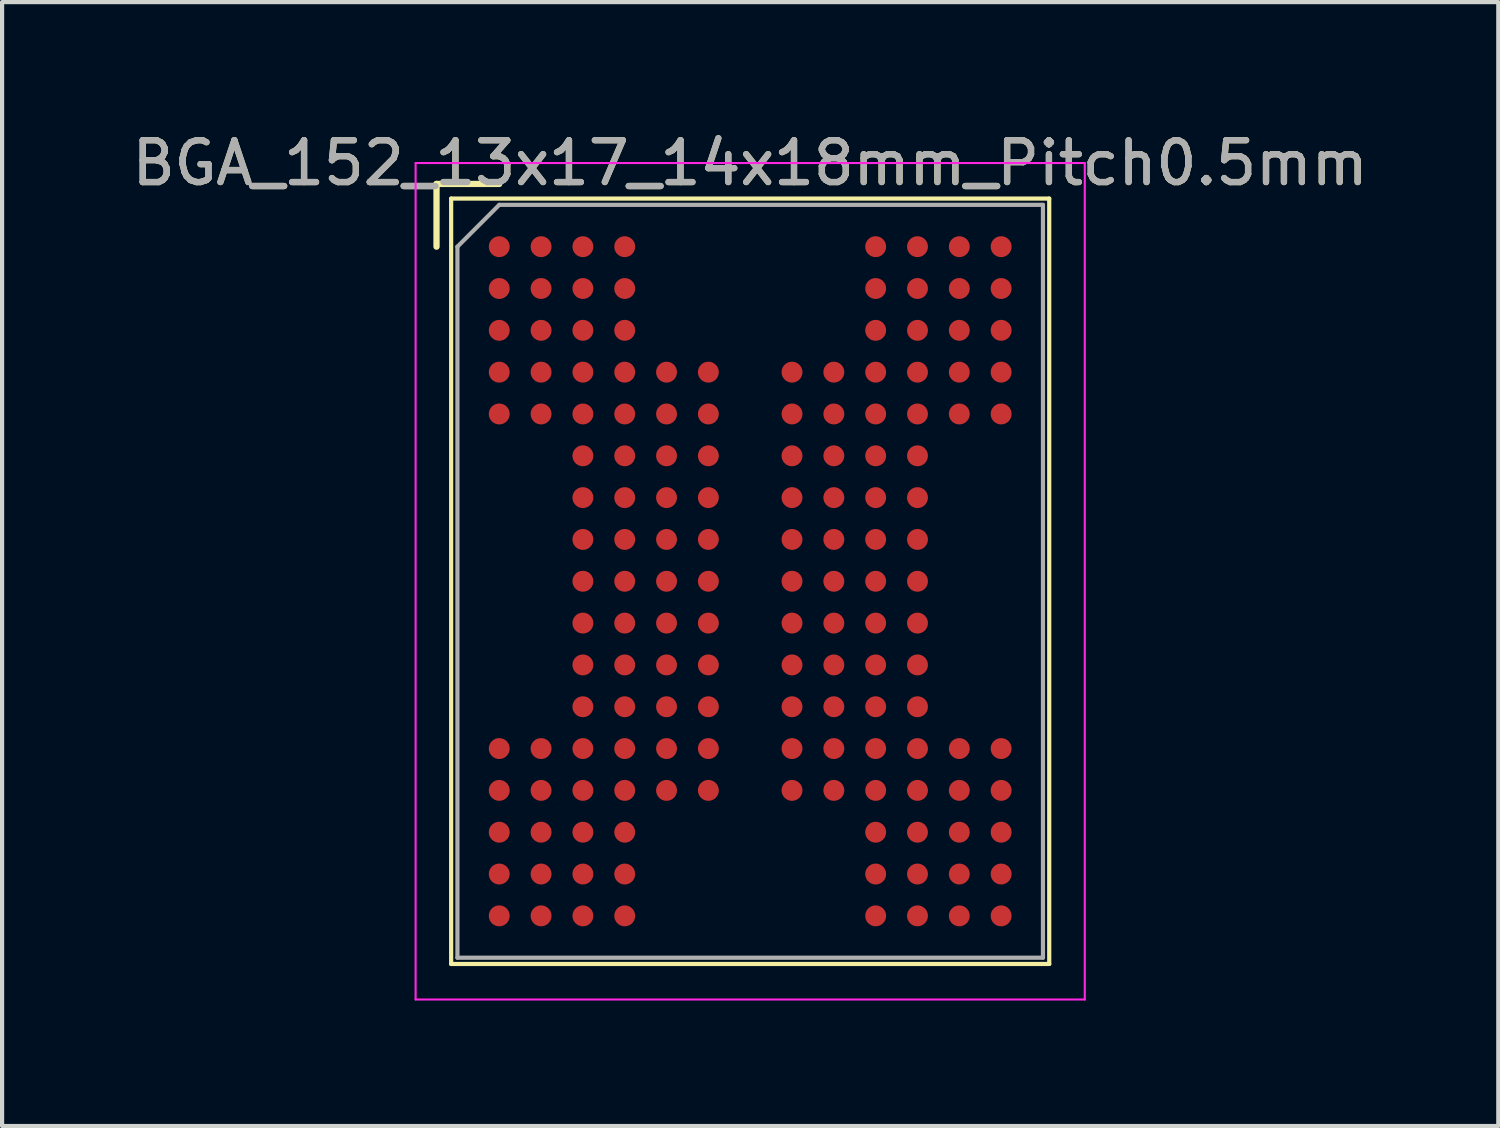
<source format=kicad_pcb>
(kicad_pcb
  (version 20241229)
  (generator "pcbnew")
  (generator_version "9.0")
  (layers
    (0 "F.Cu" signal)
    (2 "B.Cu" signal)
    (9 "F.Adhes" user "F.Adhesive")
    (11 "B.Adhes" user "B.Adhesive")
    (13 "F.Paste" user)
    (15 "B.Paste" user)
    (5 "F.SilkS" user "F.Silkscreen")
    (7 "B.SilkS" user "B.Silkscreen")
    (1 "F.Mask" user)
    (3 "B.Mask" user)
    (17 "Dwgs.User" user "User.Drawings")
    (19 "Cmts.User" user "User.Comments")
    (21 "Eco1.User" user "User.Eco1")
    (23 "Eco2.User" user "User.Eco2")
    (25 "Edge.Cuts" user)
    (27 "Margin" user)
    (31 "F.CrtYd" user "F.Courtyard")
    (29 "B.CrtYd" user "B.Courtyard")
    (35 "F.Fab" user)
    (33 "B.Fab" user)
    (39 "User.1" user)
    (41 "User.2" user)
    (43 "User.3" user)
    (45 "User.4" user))
  (footprint "BGA_152_13x17_14x18mm_Pitch0.5mm"
    (layer "F.Cu")
    (at 14.887 10.848)
    (property "Reference" "BGA_152_13x17_14x18mm_Pitch0.5mm" (at 0 -10 0) (layer "F.SilkS") (effects (font (size 1 1) (thickness 0.15))))
    (attr smd)
    (fp_line (start -7.5 -9.5) (end -6 -9.5) (stroke (width 0.15) (type solid)) (layer "F.SilkS"))
    (fp_line (start -7.5 -8) (end -7.5 -9.5) (stroke (width 0.15) (type solid)) (layer "F.SilkS"))
    (fp_line (start -7.15 -9.15) (end 7.15 -9.15) (stroke (width 0.1) (type solid)) (layer "F.SilkS"))
    (fp_line (start -7.15 9.15) (end -7.15 -9.15) (stroke (width 0.1) (type solid)) (layer "F.SilkS"))
    (fp_line (start 7.15 -9.15) (end 7.15 9.15) (stroke (width 0.1) (type solid)) (layer "F.SilkS"))
    (fp_line (start 7.15 9.15) (end -7.15 9.15) (stroke (width 0.1) (type solid)) (layer "F.SilkS"))
    (fp_line (start -8 -10) (end 8 -10) (stroke (width 0.05) (type solid)) (layer "F.CrtYd"))
    (fp_line (start -8 10) (end -8 -10) (stroke (width 0.05) (type solid)) (layer "F.CrtYd"))
    (fp_line (start 8 -10) (end 8 10) (stroke (width 0.05) (type solid)) (layer "F.CrtYd"))
    (fp_line (start 8 10) (end -8 10) (stroke (width 0.05) (type solid)) (layer "F.CrtYd"))
    (fp_line (start -7 -8) (end -7 9) (stroke (width 0.1) (type solid)) (layer "F.Fab"))
    (fp_line (start -7 9) (end 7 9) (stroke (width 0.1) (type solid)) (layer "F.Fab"))
    (fp_line (start -6 -9) (end -7 -8) (stroke (width 0.1) (type solid)) (layer "F.Fab"))
    (fp_line (start 7 -9) (end -6 -9) (stroke (width 0.1) (type solid)) (layer "F.Fab"))
    (fp_line (start 7 9) (end 7 -9) (stroke (width 0.1) (type solid)) (layer "F.Fab"))
    (fp_text user "${REFERENCE}" (at 0 -10 0) (layer "F.Fab") (effects (font (size 1 1) (thickness 0.15))))
    (pad "A1" smd circle (at -6 -8) (size 0.5 0.5) (layers "F.Cu" "F.Mask" "F.Paste"))
    (pad "A2" smd circle (at -5 -8) (size 0.5 0.5) (layers "F.Cu" "F.Mask" "F.Paste"))
    (pad "A3" smd circle (at -4 -8) (size 0.5 0.5) (layers "F.Cu" "F.Mask" "F.Paste"))
    (pad "A4" smd circle (at -3 -8) (size 0.5 0.5) (layers "F.Cu" "F.Mask" "F.Paste"))
    (pad "A10" smd circle (at 3 -8) (size 0.5 0.5) (layers "F.Cu" "F.Mask" "F.Paste"))
    (pad "A11" smd circle (at 4 -8) (size 0.5 0.5) (layers "F.Cu" "F.Mask" "F.Paste"))
    (pad "A12" smd circle (at 5 -8) (size 0.5 0.5) (layers "F.Cu" "F.Mask" "F.Paste"))
    (pad "A13" smd circle (at 6 -8) (size 0.5 0.5) (layers "F.Cu" "F.Mask" "F.Paste"))
    (pad "B1" smd circle (at -6 -7) (size 0.5 0.5) (layers "F.Cu" "F.Mask" "F.Paste"))
    (pad "B2" smd circle (at -5 -7) (size 0.5 0.5) (layers "F.Cu" "F.Mask" "F.Paste"))
    (pad "B3" smd circle (at -4 -7) (size 0.5 0.5) (layers "F.Cu" "F.Mask" "F.Paste"))
    (pad "B4" smd circle (at -3 -7) (size 0.5 0.5) (layers "F.Cu" "F.Mask" "F.Paste"))
    (pad "B10" smd circle (at 3 -7) (size 0.5 0.5) (layers "F.Cu" "F.Mask" "F.Paste"))
    (pad "B11" smd circle (at 4 -7) (size 0.5 0.5) (layers "F.Cu" "F.Mask" "F.Paste"))
    (pad "B12" smd circle (at 5 -7) (size 0.5 0.5) (layers "F.Cu" "F.Mask" "F.Paste"))
    (pad "B13" smd circle (at 6 -7) (size 0.5 0.5) (layers "F.Cu" "F.Mask" "F.Paste"))
    (pad "C1" smd circle (at -6 -6) (size 0.5 0.5) (layers "F.Cu" "F.Mask" "F.Paste"))
    (pad "C2" smd circle (at -5 -6) (size 0.5 0.5) (layers "F.Cu" "F.Mask" "F.Paste"))
    (pad "C3" smd circle (at -4 -6) (size 0.5 0.5) (layers "F.Cu" "F.Mask" "F.Paste"))
    (pad "C4" smd circle (at -3 -6) (size 0.5 0.5) (layers "F.Cu" "F.Mask" "F.Paste"))
    (pad "C10" smd circle (at 3 -6) (size 0.5 0.5) (layers "F.Cu" "F.Mask" "F.Paste"))
    (pad "C11" smd circle (at 4 -6) (size 0.5 0.5) (layers "F.Cu" "F.Mask" "F.Paste"))
    (pad "C12" smd circle (at 5 -6) (size 0.5 0.5) (layers "F.Cu" "F.Mask" "F.Paste"))
    (pad "C13" smd circle (at 6 -6) (size 0.5 0.5) (layers "F.Cu" "F.Mask" "F.Paste"))
    (pad "D1" smd circle (at -6 -5) (size 0.5 0.5) (layers "F.Cu" "F.Mask" "F.Paste"))
    (pad "D2" smd circle (at -5 -5) (size 0.5 0.5) (layers "F.Cu" "F.Mask" "F.Paste"))
    (pad "D3" smd circle (at -4 -5) (size 0.5 0.5) (layers "F.Cu" "F.Mask" "F.Paste"))
    (pad "D4" smd circle (at -3 -5) (size 0.5 0.5) (layers "F.Cu" "F.Mask" "F.Paste"))
    (pad "D5" smd circle (at -2 -5) (size 0.5 0.5) (layers "F.Cu" "F.Mask" "F.Paste"))
    (pad "D6" smd circle (at -1 -5) (size 0.5 0.5) (layers "F.Cu" "F.Mask" "F.Paste"))
    (pad "D8" smd circle (at 1 -5) (size 0.5 0.5) (layers "F.Cu" "F.Mask" "F.Paste"))
    (pad "D9" smd circle (at 2 -5) (size 0.5 0.5) (layers "F.Cu" "F.Mask" "F.Paste"))
    (pad "D10" smd circle (at 3 -5) (size 0.5 0.5) (layers "F.Cu" "F.Mask" "F.Paste"))
    (pad "D11" smd circle (at 4 -5) (size 0.5 0.5) (layers "F.Cu" "F.Mask" "F.Paste"))
    (pad "D12" smd circle (at 5 -5) (size 0.5 0.5) (layers "F.Cu" "F.Mask" "F.Paste"))
    (pad "D13" smd circle (at 6 -5) (size 0.5 0.5) (layers "F.Cu" "F.Mask" "F.Paste"))
    (pad "E1" smd circle (at -6 -4) (size 0.5 0.5) (layers "F.Cu" "F.Mask" "F.Paste"))
    (pad "E2" smd circle (at -5 -4) (size 0.5 0.5) (layers "F.Cu" "F.Mask" "F.Paste"))
    (pad "E3" smd circle (at -4 -4) (size 0.5 0.5) (layers "F.Cu" "F.Mask" "F.Paste"))
    (pad "E4" smd circle (at -3 -4) (size 0.5 0.5) (layers "F.Cu" "F.Mask" "F.Paste"))
    (pad "E5" smd circle (at -2 -4) (size 0.5 0.5) (layers "F.Cu" "F.Mask" "F.Paste"))
    (pad "E6" smd circle (at -1 -4) (size 0.5 0.5) (layers "F.Cu" "F.Mask" "F.Paste"))
    (pad "E8" smd circle (at 1 -4) (size 0.5 0.5) (layers "F.Cu" "F.Mask" "F.Paste"))
    (pad "E9" smd circle (at 2 -4) (size 0.5 0.5) (layers "F.Cu" "F.Mask" "F.Paste"))
    (pad "E10" smd circle (at 3 -4) (size 0.5 0.5) (layers "F.Cu" "F.Mask" "F.Paste"))
    (pad "E11" smd circle (at 4 -4) (size 0.5 0.5) (layers "F.Cu" "F.Mask" "F.Paste"))
    (pad "E12" smd circle (at 5 -4) (size 0.5 0.5) (layers "F.Cu" "F.Mask" "F.Paste"))
    (pad "E13" smd circle (at 6 -4) (size 0.5 0.5) (layers "F.Cu" "F.Mask" "F.Paste"))
    (pad "F3" smd circle (at -4 -3) (size 0.5 0.5) (layers "F.Cu" "F.Mask" "F.Paste"))
    (pad "F4" smd circle (at -3 -3) (size 0.5 0.5) (layers "F.Cu" "F.Mask" "F.Paste"))
    (pad "F5" smd circle (at -2 -3) (size 0.5 0.5) (layers "F.Cu" "F.Mask" "F.Paste"))
    (pad "F6" smd circle (at -1 -3) (size 0.5 0.5) (layers "F.Cu" "F.Mask" "F.Paste"))
    (pad "F8" smd circle (at 1 -3) (size 0.5 0.5) (layers "F.Cu" "F.Mask" "F.Paste"))
    (pad "F9" smd circle (at 2 -3) (size 0.5 0.5) (layers "F.Cu" "F.Mask" "F.Paste"))
    (pad "F10" smd circle (at 3 -3) (size 0.5 0.5) (layers "F.Cu" "F.Mask" "F.Paste"))
    (pad "F11" smd circle (at 4 -3) (size 0.5 0.5) (layers "F.Cu" "F.Mask" "F.Paste"))
    (pad "G3" smd circle (at -4 -2) (size 0.5 0.5) (layers "F.Cu" "F.Mask" "F.Paste"))
    (pad "G4" smd circle (at -3 -2) (size 0.5 0.5) (layers "F.Cu" "F.Mask" "F.Paste"))
    (pad "G5" smd circle (at -2 -2) (size 0.5 0.5) (layers "F.Cu" "F.Mask" "F.Paste"))
    (pad "G6" smd circle (at -1 -2) (size 0.5 0.5) (layers "F.Cu" "F.Mask" "F.Paste"))
    (pad "G8" smd circle (at 1 -2) (size 0.5 0.5) (layers "F.Cu" "F.Mask" "F.Paste"))
    (pad "G9" smd circle (at 2 -2) (size 0.5 0.5) (layers "F.Cu" "F.Mask" "F.Paste"))
    (pad "G10" smd circle (at 3 -2) (size 0.5 0.5) (layers "F.Cu" "F.Mask" "F.Paste"))
    (pad "G11" smd circle (at 4 -2) (size 0.5 0.5) (layers "F.Cu" "F.Mask" "F.Paste"))
    (pad "H3" smd circle (at -4 -1) (size 0.5 0.5) (layers "F.Cu" "F.Mask" "F.Paste"))
    (pad "H4" smd circle (at -3 -1) (size 0.5 0.5) (layers "F.Cu" "F.Mask" "F.Paste"))
    (pad "H5" smd circle (at -2 -1) (size 0.5 0.5) (layers "F.Cu" "F.Mask" "F.Paste"))
    (pad "H6" smd circle (at -1 -1) (size 0.5 0.5) (layers "F.Cu" "F.Mask" "F.Paste"))
    (pad "H8" smd circle (at 1 -1) (size 0.5 0.5) (layers "F.Cu" "F.Mask" "F.Paste"))
    (pad "H9" smd circle (at 2 -1) (size 0.5 0.5) (layers "F.Cu" "F.Mask" "F.Paste"))
    (pad "H10" smd circle (at 3 -1) (size 0.5 0.5) (layers "F.Cu" "F.Mask" "F.Paste"))
    (pad "H11" smd circle (at 4 -1) (size 0.5 0.5) (layers "F.Cu" "F.Mask" "F.Paste"))
    (pad "J3" smd circle (at -4 0) (size 0.5 0.5) (layers "F.Cu" "F.Mask" "F.Paste"))
    (pad "J4" smd circle (at -3 0) (size 0.5 0.5) (layers "F.Cu" "F.Mask" "F.Paste"))
    (pad "J5" smd circle (at -2 0) (size 0.5 0.5) (layers "F.Cu" "F.Mask" "F.Paste"))
    (pad "J6" smd circle (at -1 0) (size 0.5 0.5) (layers "F.Cu" "F.Mask" "F.Paste"))
    (pad "J8" smd circle (at 1 0) (size 0.5 0.5) (layers "F.Cu" "F.Mask" "F.Paste"))
    (pad "J9" smd circle (at 2 0) (size 0.5 0.5) (layers "F.Cu" "F.Mask" "F.Paste"))
    (pad "J10" smd circle (at 3 0) (size 0.5 0.5) (layers "F.Cu" "F.Mask" "F.Paste"))
    (pad "J11" smd circle (at 4 0) (size 0.5 0.5) (layers "F.Cu" "F.Mask" "F.Paste"))
    (pad "K3" smd circle (at -4 1) (size 0.5 0.5) (layers "F.Cu" "F.Mask" "F.Paste"))
    (pad "K4" smd circle (at -3 1) (size 0.5 0.5) (layers "F.Cu" "F.Mask" "F.Paste"))
    (pad "K5" smd circle (at -2 1) (size 0.5 0.5) (layers "F.Cu" "F.Mask" "F.Paste"))
    (pad "K6" smd circle (at -1 1) (size 0.5 0.5) (layers "F.Cu" "F.Mask" "F.Paste"))
    (pad "K8" smd circle (at 1 1) (size 0.5 0.5) (layers "F.Cu" "F.Mask" "F.Paste"))
    (pad "K9" smd circle (at 2 1) (size 0.5 0.5) (layers "F.Cu" "F.Mask" "F.Paste"))
    (pad "K10" smd circle (at 3 1) (size 0.5 0.5) (layers "F.Cu" "F.Mask" "F.Paste"))
    (pad "K11" smd circle (at 4 1) (size 0.5 0.5) (layers "F.Cu" "F.Mask" "F.Paste"))
    (pad "L3" smd circle (at -4 2) (size 0.5 0.5) (layers "F.Cu" "F.Mask" "F.Paste"))
    (pad "L4" smd circle (at -3 2) (size 0.5 0.5) (layers "F.Cu" "F.Mask" "F.Paste"))
    (pad "L5" smd circle (at -2 2) (size 0.5 0.5) (layers "F.Cu" "F.Mask" "F.Paste"))
    (pad "L6" smd circle (at -1 2) (size 0.5 0.5) (layers "F.Cu" "F.Mask" "F.Paste"))
    (pad "L8" smd circle (at 1 2) (size 0.5 0.5) (layers "F.Cu" "F.Mask" "F.Paste"))
    (pad "L9" smd circle (at 2 2) (size 0.5 0.5) (layers "F.Cu" "F.Mask" "F.Paste"))
    (pad "L10" smd circle (at 3 2) (size 0.5 0.5) (layers "F.Cu" "F.Mask" "F.Paste"))
    (pad "L11" smd circle (at 4 2) (size 0.5 0.5) (layers "F.Cu" "F.Mask" "F.Paste"))
    (pad "M3" smd circle (at -4 3) (size 0.5 0.5) (layers "F.Cu" "F.Mask" "F.Paste"))
    (pad "M4" smd circle (at -3 3) (size 0.5 0.5) (layers "F.Cu" "F.Mask" "F.Paste"))
    (pad "M5" smd circle (at -2 3) (size 0.5 0.5) (layers "F.Cu" "F.Mask" "F.Paste"))
    (pad "M6" smd circle (at -1 3) (size 0.5 0.5) (layers "F.Cu" "F.Mask" "F.Paste"))
    (pad "M8" smd circle (at 1 3) (size 0.5 0.5) (layers "F.Cu" "F.Mask" "F.Paste"))
    (pad "M9" smd circle (at 2 3) (size 0.5 0.5) (layers "F.Cu" "F.Mask" "F.Paste"))
    (pad "M10" smd circle (at 3 3) (size 0.5 0.5) (layers "F.Cu" "F.Mask" "F.Paste"))
    (pad "M11" smd circle (at 4 3) (size 0.5 0.5) (layers "F.Cu" "F.Mask" "F.Paste"))
    (pad "N1" smd circle (at -6 4) (size 0.5 0.5) (layers "F.Cu" "F.Mask" "F.Paste"))
    (pad "N2" smd circle (at -5 4) (size 0.5 0.5) (layers "F.Cu" "F.Mask" "F.Paste"))
    (pad "N3" smd circle (at -4 4) (size 0.5 0.5) (layers "F.Cu" "F.Mask" "F.Paste"))
    (pad "N4" smd circle (at -3 4) (size 0.5 0.5) (layers "F.Cu" "F.Mask" "F.Paste"))
    (pad "N5" smd circle (at -2 4) (size 0.5 0.5) (layers "F.Cu" "F.Mask" "F.Paste"))
    (pad "N6" smd circle (at -1 4) (size 0.5 0.5) (layers "F.Cu" "F.Mask" "F.Paste"))
    (pad "N8" smd circle (at 1 4) (size 0.5 0.5) (layers "F.Cu" "F.Mask" "F.Paste"))
    (pad "N9" smd circle (at 2 4) (size 0.5 0.5) (layers "F.Cu" "F.Mask" "F.Paste"))
    (pad "N10" smd circle (at 3 4) (size 0.5 0.5) (layers "F.Cu" "F.Mask" "F.Paste"))
    (pad "N11" smd circle (at 4 4) (size 0.5 0.5) (layers "F.Cu" "F.Mask" "F.Paste"))
    (pad "N12" smd circle (at 5 4) (size 0.5 0.5) (layers "F.Cu" "F.Mask" "F.Paste"))
    (pad "N13" smd circle (at 6 4) (size 0.5 0.5) (layers "F.Cu" "F.Mask" "F.Paste"))
    (pad "P1" smd circle (at -6 5) (size 0.5 0.5) (layers "F.Cu" "F.Mask" "F.Paste"))
    (pad "P2" smd circle (at -5 5) (size 0.5 0.5) (layers "F.Cu" "F.Mask" "F.Paste"))
    (pad "P3" smd circle (at -4 5) (size 0.5 0.5) (layers "F.Cu" "F.Mask" "F.Paste"))
    (pad "P4" smd circle (at -3 5) (size 0.5 0.5) (layers "F.Cu" "F.Mask" "F.Paste"))
    (pad "P5" smd circle (at -2 5) (size 0.5 0.5) (layers "F.Cu" "F.Mask" "F.Paste"))
    (pad "P6" smd circle (at -1 5) (size 0.5 0.5) (layers "F.Cu" "F.Mask" "F.Paste"))
    (pad "P8" smd circle (at 1 5) (size 0.5 0.5) (layers "F.Cu" "F.Mask" "F.Paste"))
    (pad "P9" smd circle (at 2 5) (size 0.5 0.5) (layers "F.Cu" "F.Mask" "F.Paste"))
    (pad "P10" smd circle (at 3 5) (size 0.5 0.5) (layers "F.Cu" "F.Mask" "F.Paste"))
    (pad "P11" smd circle (at 4 5) (size 0.5 0.5) (layers "F.Cu" "F.Mask" "F.Paste"))
    (pad "P12" smd circle (at 5 5) (size 0.5 0.5) (layers "F.Cu" "F.Mask" "F.Paste"))
    (pad "P13" smd circle (at 6 5) (size 0.5 0.5) (layers "F.Cu" "F.Mask" "F.Paste"))
    (pad "R1" smd circle (at -6 6) (size 0.5 0.5) (layers "F.Cu" "F.Mask" "F.Paste"))
    (pad "R2" smd circle (at -5 6) (size 0.5 0.5) (layers "F.Cu" "F.Mask" "F.Paste"))
    (pad "R3" smd circle (at -4 6) (size 0.5 0.5) (layers "F.Cu" "F.Mask" "F.Paste"))
    (pad "R4" smd circle (at -3 6) (size 0.5 0.5) (layers "F.Cu" "F.Mask" "F.Paste"))
    (pad "R10" smd circle (at 3 6) (size 0.5 0.5) (layers "F.Cu" "F.Mask" "F.Paste"))
    (pad "R11" smd circle (at 4 6) (size 0.5 0.5) (layers "F.Cu" "F.Mask" "F.Paste"))
    (pad "R12" smd circle (at 5 6) (size 0.5 0.5) (layers "F.Cu" "F.Mask" "F.Paste"))
    (pad "R13" smd circle (at 6 6) (size 0.5 0.5) (layers "F.Cu" "F.Mask" "F.Paste"))
    (pad "T1" smd circle (at -6 7) (size 0.5 0.5) (layers "F.Cu" "F.Mask" "F.Paste"))
    (pad "T2" smd circle (at -5 7) (size 0.5 0.5) (layers "F.Cu" "F.Mask" "F.Paste"))
    (pad "T3" smd circle (at -4 7) (size 0.5 0.5) (layers "F.Cu" "F.Mask" "F.Paste"))
    (pad "T4" smd circle (at -3 7) (size 0.5 0.5) (layers "F.Cu" "F.Mask" "F.Paste"))
    (pad "T10" smd circle (at 3 7) (size 0.5 0.5) (layers "F.Cu" "F.Mask" "F.Paste"))
    (pad "T11" smd circle (at 4 7) (size 0.5 0.5) (layers "F.Cu" "F.Mask" "F.Paste"))
    (pad "T12" smd circle (at 5 7) (size 0.5 0.5) (layers "F.Cu" "F.Mask" "F.Paste"))
    (pad "T13" smd circle (at 6 7) (size 0.5 0.5) (layers "F.Cu" "F.Mask" "F.Paste"))
    (pad "U1" smd circle (at -6 8) (size 0.5 0.5) (layers "F.Cu" "F.Mask" "F.Paste"))
    (pad "U2" smd circle (at -5 8) (size 0.5 0.5) (layers "F.Cu" "F.Mask" "F.Paste"))
    (pad "U3" smd circle (at -4 8) (size 0.5 0.5) (layers "F.Cu" "F.Mask" "F.Paste"))
    (pad "U4" smd circle (at -3 8) (size 0.5 0.5) (layers "F.Cu" "F.Mask" "F.Paste"))
    (pad "U10" smd circle (at 3 8) (size 0.5 0.5) (layers "F.Cu" "F.Mask" "F.Paste"))
    (pad "U11" smd circle (at 4 8) (size 0.5 0.5) (layers "F.Cu" "F.Mask" "F.Paste"))
    (pad "U12" smd circle (at 5 8) (size 0.5 0.5) (layers "F.Cu" "F.Mask" "F.Paste"))
    (pad "U13" smd circle (at 6 8) (size 0.5 0.5) (layers "F.Cu" "F.Mask" "F.Paste")))
  (gr_rect
    (start -3 -3)
    (end 32.774 23.873)
    (stroke (width 0.1) (type default))
    (fill no)
    (layer "Edge.Cuts")))
</source>
